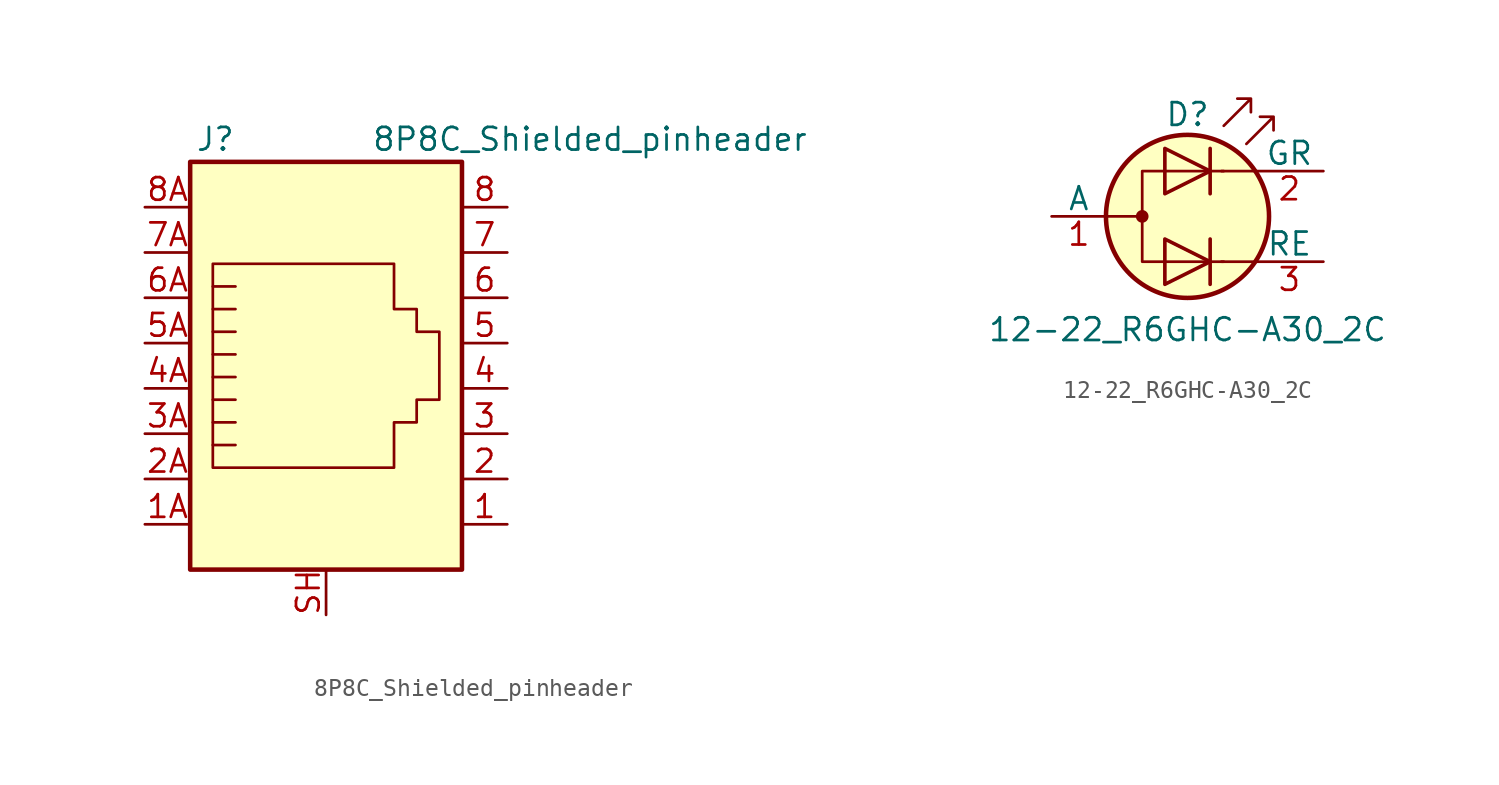
<source format=kicad_sym>
(kicad_symbol_lib
  (version 20211014)
  (generator kicad_symbol_editor)
  (symbol "8P8C_Shielded_pinheader"
    (pin_names
      (offset 1.016))
    (property "Reference" "J"
      (at -5.08 13.97 0)
      (effects (font (size 1.27 1.27)) (justify right)))
    (property "Value" "8P8C_Shielded_pinheader"
      (at 2.54 13.97 0)
      (effects (font (size 1.27 1.27)) (justify left)))
    (symbol "8P8C_Shielded_pinheader_0_1"
      (polyline (pts (xy -5.08 4.445) (xy -6.35 4.445)) (stroke (width 0) (type default) (color 0 0 0 0)) (fill (type none)))
      (polyline (pts (xy -5.08 5.715) (xy -6.35 5.715)) (stroke (width 0) (type default) (color 0 0 0 0)) (fill (type none)))
      (polyline (pts (xy -6.35 -3.175) (xy -5.08 -3.175) (xy -5.08 -3.175)) (stroke (width 0) (type default) (color 0 0 0 0)) (fill (type none)))
      (polyline (pts (xy -6.35 -1.905) (xy -5.08 -1.905) (xy -5.08 -1.905)) (stroke (width 0) (type default) (color 0 0 0 0)) (fill (type none)))
      (polyline (pts (xy -6.35 -0.635) (xy -5.08 -0.635) (xy -5.08 -0.635)) (stroke (width 0) (type default) (color 0 0 0 0)) (fill (type none)))
      (polyline (pts (xy -6.35 0.635) (xy -5.08 0.635) (xy -5.08 0.635)) (stroke (width 0) (type default) (color 0 0 0 0)) (fill (type none)))
      (polyline (pts (xy -6.35 1.905) (xy -5.08 1.905) (xy -5.08 1.905)) (stroke (width 0) (type default) (color 0 0 0 0)) (fill (type none)))
      (polyline (pts (xy -5.08 3.175) (xy -6.35 3.175) (xy -6.35 3.175)) (stroke (width 0) (type default) (color 0 0 0 0)) (fill (type none)))
      (polyline (pts (xy -6.35 -4.445) (xy -6.35 6.985) (xy 3.81 6.985) (xy 3.81 4.445) (xy 5.08 4.445) (xy 5.08 3.175) (xy 6.35 3.175) (xy 6.35 -0.635) (xy 5.08 -0.635) (xy 5.08 -1.905) (xy 3.81 -1.905) (xy 3.81 -4.445) (xy -6.35 -4.445) (xy -6.35 -4.445)) (stroke (width 0) (type default) (color 0 0 0 0)) (fill (type none)))
      (rectangle (start 7.62 12.7) (end -7.62 -10.16) (stroke (width 0.254) (type default) (color 0 0 0 0)) (fill (type background))))
    (symbol "8P8C_Shielded_pinheader_1_1"
      (pin passive line (at 10.16 -7.62 180) (length 2.54) (name "~" (effects (font (size 1.27 1.27)))) (number "1" (effects (font (size 1.27 1.27)))))
      (pin passive line (at -10.16 -7.62 0) (length 2.54) (name "~" (effects (font (size 1.27 1.27)))) (number "1A" (effects (font (size 1.27 1.27)))))
      (pin passive line (at 10.16 -5.08 180) (length 2.54) (name "~" (effects (font (size 1.27 1.27)))) (number "2" (effects (font (size 1.27 1.27)))))
      (pin passive line (at -10.16 -5.08 0) (length 2.54) (name "~" (effects (font (size 1.27 1.27)))) (number "2A" (effects (font (size 1.27 1.27)))))
      (pin passive line (at 10.16 -2.54 180) (length 2.54) (name "~" (effects (font (size 1.27 1.27)))) (number "3" (effects (font (size 1.27 1.27)))))
      (pin passive line (at -10.16 -2.54 0) (length 2.54) (name "~" (effects (font (size 1.27 1.27)))) (number "3A" (effects (font (size 1.27 1.27)))))
      (pin passive line (at 10.16 0 180) (length 2.54) (name "~" (effects (font (size 1.27 1.27)))) (number "4" (effects (font (size 1.27 1.27)))))
      (pin passive line (at -10.16 0 0) (length 2.54) (name "~" (effects (font (size 1.27 1.27)))) (number "4A" (effects (font (size 1.27 1.27)))))
      (pin passive line (at 10.16 2.54 180) (length 2.54) (name "~" (effects (font (size 1.27 1.27)))) (number "5" (effects (font (size 1.27 1.27)))))
      (pin passive line (at -10.16 2.54 0) (length 2.54) (name "~" (effects (font (size 1.27 1.27)))) (number "5A" (effects (font (size 1.27 1.27)))))
      (pin passive line (at 10.16 5.08 180) (length 2.54) (name "~" (effects (font (size 1.27 1.27)))) (number "6" (effects (font (size 1.27 1.27)))))
      (pin passive line (at -10.16 5.08 0) (length 2.54) (name "~" (effects (font (size 1.27 1.27)))) (number "6A" (effects (font (size 1.27 1.27)))))
      (pin passive line (at 10.16 7.62 180) (length 2.54) (name "~" (effects (font (size 1.27 1.27)))) (number "7" (effects (font (size 1.27 1.27)))))
      (pin passive line (at -10.16 7.62 0) (length 2.54) (name "~" (effects (font (size 1.27 1.27)))) (number "7A" (effects (font (size 1.27 1.27)))))
      (pin passive line (at 10.16 10.16 180) (length 2.54) (name "~" (effects (font (size 1.27 1.27)))) (number "8" (effects (font (size 1.27 1.27)))))
      (pin passive line (at -10.16 10.16 0) (length 2.54) (name "~" (effects (font (size 1.27 1.27)))) (number "8A" (effects (font (size 1.27 1.27)))))
      (pin passive line (at 0 -12.7 90) (length 2.54) (name "~" (effects (font (size 1.27 1.27)))) (number "SH" (effects (font (size 1.27 1.27)))))))
  (symbol "12-22_R6GHC-A30_2C"
    (pin_names
      (offset 0))
    (property "Reference" "D"
      (at 0 5.715 0)
      (effects (font (size 1.27 1.27))))
    (property "Value" "12-22_R6GHC-A30_2C"
      (at 0 -6.35 0)
      (effects (font (size 1.27 1.27))))
    (symbol "12-22_R6GHC-A30_2C_0_1"
      (circle (center -2.54 0) (radius 0.279) (stroke (width 0) (type default) (color 0 0 0 0)) (fill (type outline)))
      (polyline (pts (xy -4.572 0) (xy -2.54 0)) (stroke (width 0) (type default) (color 0 0 0 0)) (fill (type none)))
      (polyline (pts (xy 1.27 -1.27) (xy 1.27 -3.81)) (stroke (width 0.203) (type default) (color 0 0 0 0)) (fill (type none)))
      (polyline (pts (xy 1.27 3.81) (xy 1.27 1.27)) (stroke (width 0.203) (type default) (color 0 0 0 0)) (fill (type none)))
      (polyline (pts (xy 3.81 -2.54) (xy 1.905 -2.54)) (stroke (width 0) (type default) (color 0 0 0 0)) (fill (type none)))
      (polyline (pts (xy 3.81 2.54) (xy 1.905 2.54)) (stroke (width 0) (type default) (color 0 0 0 0)) (fill (type none)))
      (polyline (pts (xy -1.27 -1.27) (xy -1.27 -3.81) (xy 1.27 -2.54) (xy -1.27 -1.27)) (stroke (width 0.203) (type default) (color 0 0 0 0)) (fill (type none)))
      (polyline (pts (xy -1.27 3.81) (xy -1.27 1.27) (xy 1.27 2.54) (xy -1.27 3.81)) (stroke (width 0.203) (type default) (color 0 0 0 0)) (fill (type none)))
      (polyline (pts (xy 2.032 2.54) (xy -2.54 2.54) (xy -2.54 -2.54) (xy 2.032 -2.54)) (stroke (width 0) (type default) (color 0 0 0 0)) (fill (type none)))
      (polyline (pts (xy 2.032 5.08) (xy 3.556 6.604) (xy 2.794 6.604) (xy 3.556 6.604) (xy 3.556 5.842)) (stroke (width 0) (type default) (color 0 0 0 0)) (fill (type none)))
      (polyline (pts (xy 3.302 4.064) (xy 4.826 5.588) (xy 4.064 5.588) (xy 4.826 5.588) (xy 4.826 4.826)) (stroke (width 0) (type default) (color 0 0 0 0)) (fill (type none)))
      (circle (center 0 0) (radius 4.572) (stroke (width 0.254) (type default) (color 0 0 0 0)) (fill (type background))))
    (symbol "12-22_R6GHC-A30_2C_1_1"
      (pin input line (at -7.62 0 0) (length 3.048) (name "A" (effects (font (size 1.27 1.27)))) (number "1" (effects (font (size 1.27 1.27)))))
      (pin input line (at 7.62 2.54 180) (length 3.81) (name "GR" (effects (font (size 1.27 1.27)))) (number "2" (effects (font (size 1.27 1.27)))))
      (pin input line (at 7.62 -2.54 180) (length 3.81) (name "RE" (effects (font (size 1.27 1.27)))) (number "3" (effects (font (size 1.27 1.27))))))))
</source>
